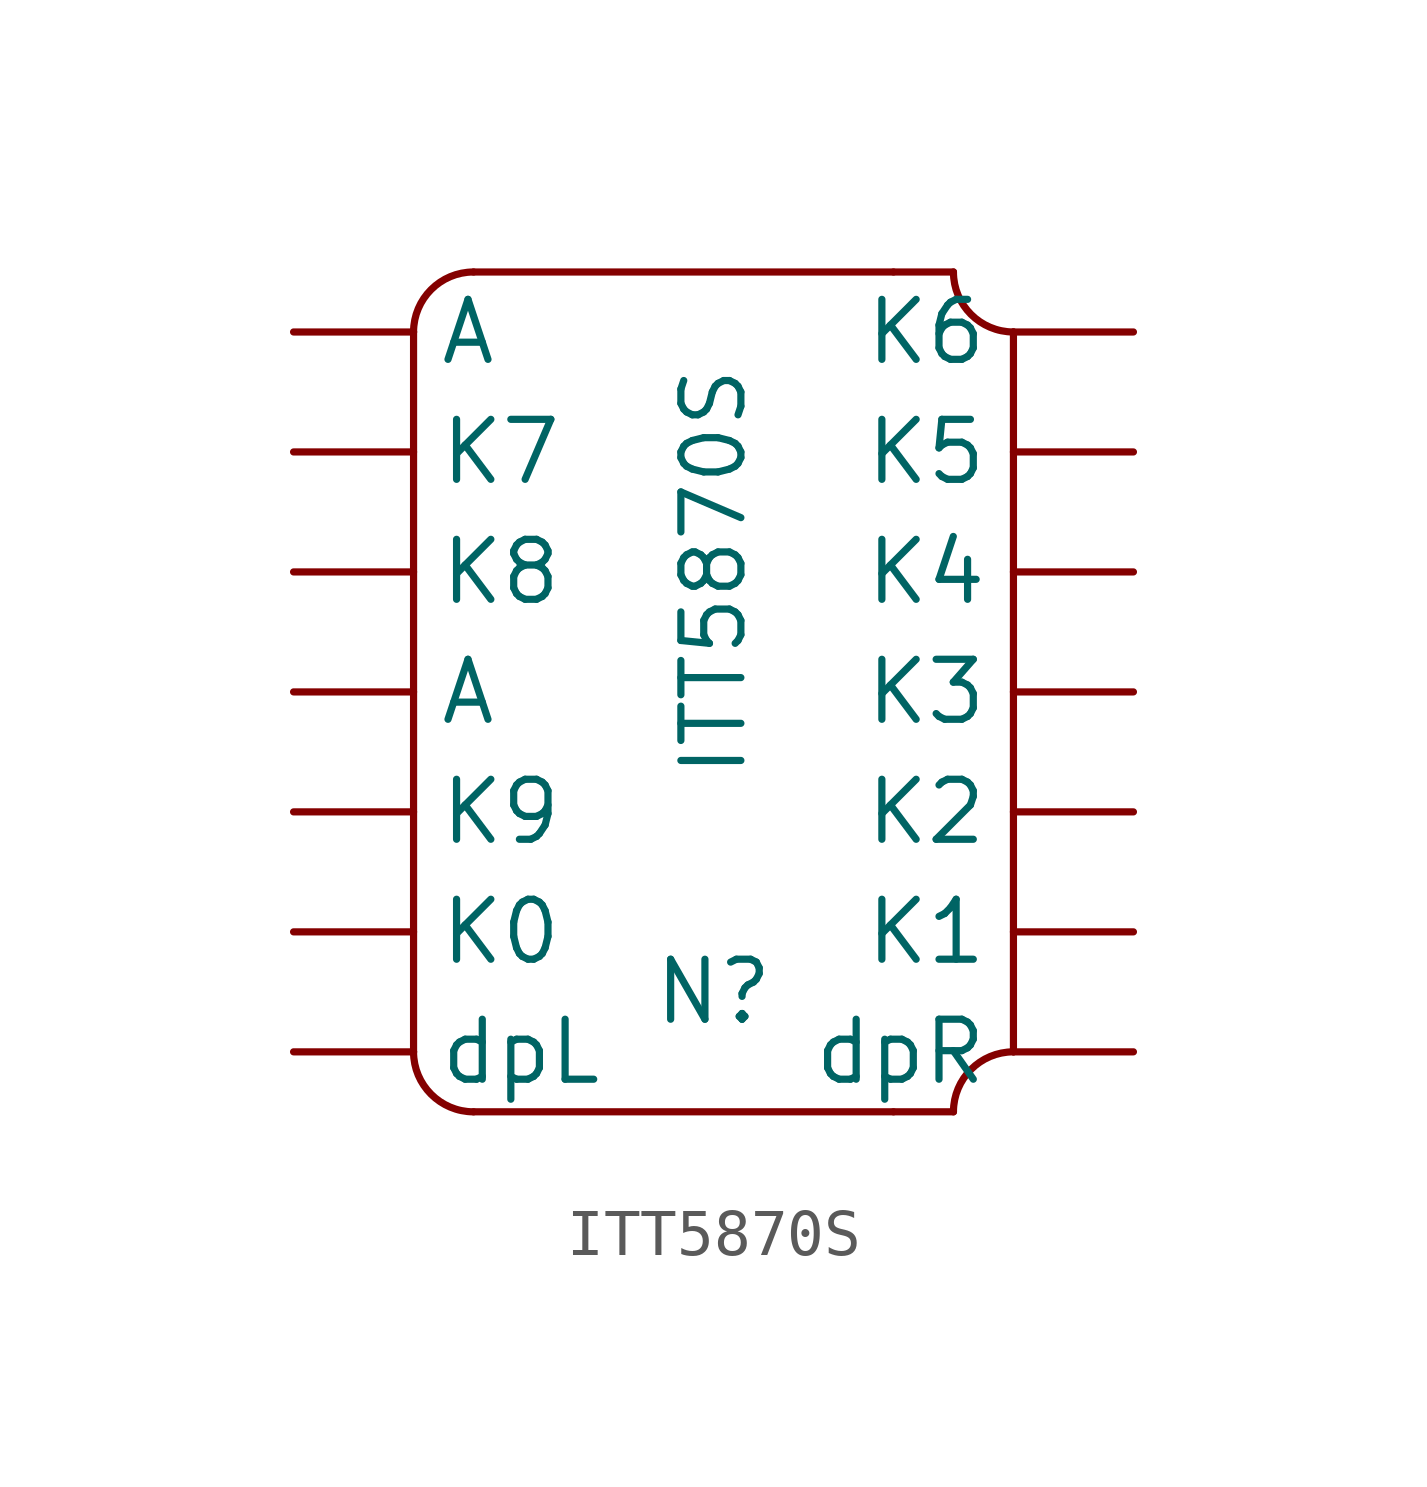
<source format=kicad_sym>
(kicad_symbol_lib
  (version 20211014)
  (generator kicad_symbol_editor)
  (symbol "ITT5870S"
    (property "Reference" "N"
      (at 0 -17.78 0)
      (effects (font (size 1.27 1.27))))
    (property "Value" "ITT5870S"
      (at 0 -8.89 90)
      (effects (font (size 1.27 1.27))))
    (symbol "ITT5870S_0_1"
      (arc (start -6.35 -19.05) (mid -5.978 -19.948) (end -5.08 -20.32) (stroke (width 0) (type default) (color 0 0 0 0)) (fill (type none)))
      (arc (start -5.08 -2.54) (mid -5.978 -2.912) (end -6.35 -3.81) (stroke (width 0) (type default) (color 0 0 0 0)) (fill (type none)))
      (polyline (pts (xy -6.35 -3.81) (xy -6.35 -19.05)) (stroke (width 0) (type default) (color 0 0 0 0)) (fill (type none)))
      (polyline (pts (xy -5.08 -20.32) (xy 3.81 -20.32)) (stroke (width 0) (type default) (color 0 0 0 0)) (fill (type none)))
      (polyline (pts (xy -5.08 -2.54) (xy 3.81 -2.54)) (stroke (width 0) (type default) (color 0 0 0 0)) (fill (type none)))
      (polyline (pts (xy 5.08 -20.32) (xy 3.81 -20.32)) (stroke (width 0) (type default) (color 0 0 0 0)) (fill (type none)))
      (polyline (pts (xy 5.08 -2.54) (xy 3.81 -2.54)) (stroke (width 0) (type default) (color 0 0 0 0)) (fill (type none)))
      (polyline (pts (xy 6.35 -19.05) (xy 6.35 -3.81)) (stroke (width 0) (type default) (color 0 0 0 0)) (fill (type none)))
      (arc (start 5.08 -2.54) (mid 4.182 -4.708) (end 6.35 -3.81) (stroke (width 0) (type default) (color 0 0 0 0)) (fill (type none)))
      (arc (start 6.35 -19.05) (mid 4.182 -18.152) (end 5.08 -20.32) (stroke (width 0) (type default) (color 0 0 0 0)) (fill (type none))))
    (symbol "ITT5870S_1_1"
      (pin input line (at -8.89 -11.43 0) (length 2.54) (name "A" (effects (font (size 1.27 1.27)))) (number "" (effects (font (size 1.27 1.27)))))
      (pin input line (at -8.89 -3.81 0) (length 2.54) (name "A" (effects (font (size 1.27 1.27)))) (number "" (effects (font (size 1.27 1.27)))))
      (pin input line (at -8.89 -16.51 0) (length 2.54) (name "K0" (effects (font (size 1.27 1.27)))) (number "" (effects (font (size 1.27 1.27)))))
      (pin input line (at 8.89 -16.51 180) (length 2.54) (name "K1" (effects (font (size 1.27 1.27)))) (number "" (effects (font (size 1.27 1.27)))))
      (pin input line (at 8.89 -13.97 180) (length 2.54) (name "K2" (effects (font (size 1.27 1.27)))) (number "" (effects (font (size 1.27 1.27)))))
      (pin input line (at 8.89 -11.43 180) (length 2.54) (name "K3" (effects (font (size 1.27 1.27)))) (number "" (effects (font (size 1.27 1.27)))))
      (pin input line (at 8.89 -8.89 180) (length 2.54) (name "K4" (effects (font (size 1.27 1.27)))) (number "" (effects (font (size 1.27 1.27)))))
      (pin input line (at 8.89 -6.35 180) (length 2.54) (name "K5" (effects (font (size 1.27 1.27)))) (number "" (effects (font (size 1.27 1.27)))))
      (pin input line (at 8.89 -3.81 180) (length 2.54) (name "K6" (effects (font (size 1.27 1.27)))) (number "" (effects (font (size 1.27 1.27)))))
      (pin input line (at -8.89 -6.35 0) (length 2.54) (name "K7" (effects (font (size 1.27 1.27)))) (number "" (effects (font (size 1.27 1.27)))))
      (pin input line (at -8.89 -8.89 0) (length 2.54) (name "K8" (effects (font (size 1.27 1.27)))) (number "" (effects (font (size 1.27 1.27)))))
      (pin input line (at -8.89 -13.97 0) (length 2.54) (name "K9" (effects (font (size 1.27 1.27)))) (number "" (effects (font (size 1.27 1.27)))))
      (pin input line (at -8.89 -19.05 0) (length 2.54) (name "dpL" (effects (font (size 1.27 1.27)))) (number "" (effects (font (size 1.27 1.27)))))
      (pin input line (at 8.89 -19.05 180) (length 2.54) (name "dpR" (effects (font (size 1.27 1.27)))) (number "" (effects (font (size 1.27 1.27))))))))
</source>
